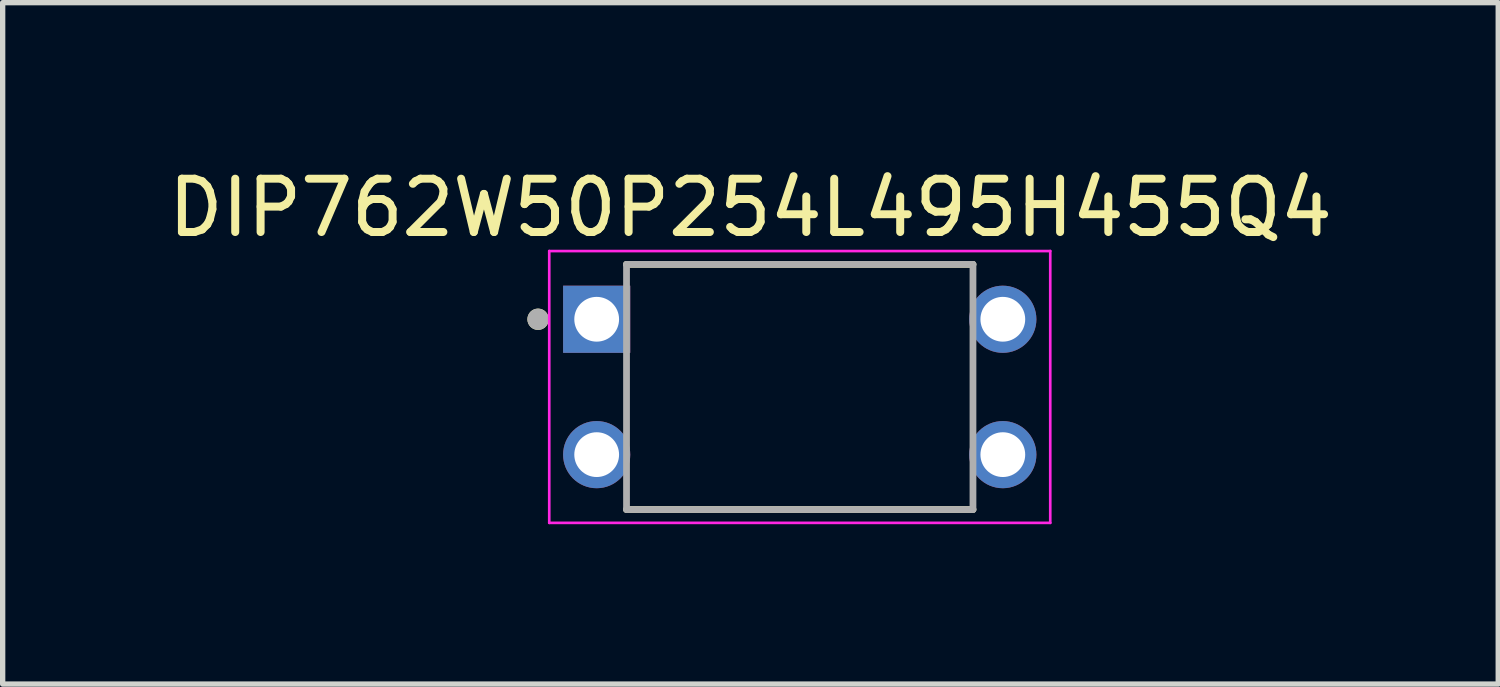
<source format=kicad_pcb>
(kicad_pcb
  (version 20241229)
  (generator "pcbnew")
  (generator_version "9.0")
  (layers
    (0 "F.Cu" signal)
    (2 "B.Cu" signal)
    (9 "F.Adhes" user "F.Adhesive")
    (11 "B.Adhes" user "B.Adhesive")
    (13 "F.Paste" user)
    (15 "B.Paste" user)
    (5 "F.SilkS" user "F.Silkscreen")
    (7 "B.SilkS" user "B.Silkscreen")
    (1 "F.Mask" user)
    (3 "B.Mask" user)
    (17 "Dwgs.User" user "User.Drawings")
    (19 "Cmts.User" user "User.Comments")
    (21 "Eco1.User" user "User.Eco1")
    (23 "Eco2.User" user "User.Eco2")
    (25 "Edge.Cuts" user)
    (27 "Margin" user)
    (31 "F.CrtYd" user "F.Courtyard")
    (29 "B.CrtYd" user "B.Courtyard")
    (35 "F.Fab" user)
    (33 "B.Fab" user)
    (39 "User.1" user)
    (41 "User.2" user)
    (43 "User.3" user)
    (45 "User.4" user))
  (footprint "DIP762W50P254L495H455Q4"
    (layer "F.Cu")
    (at 11.955 4.21)
    (property "Reference" "DIP762W50P254L495H455Q4" (at -0.925 -3.362 0) (layer "F.SilkS") (effects (font (size 1 1) (thickness 0.15))))
    (attr through_hole)
    (fp_line (start -3.25 -2.3) (end 3.25 -2.3) (stroke (width 0.127) (type solid)) (layer "F.SilkS"))
    (fp_line (start -3.25 2.3) (end 3.25 2.3) (stroke (width 0.127) (type solid)) (layer "F.SilkS"))
    (fp_circle (center -4.91 -1.27) (end -4.81 -1.27) (stroke (width 0.2) (type solid)) (fill no) (layer "F.SilkS"))
    (fp_line (start -4.7 -2.55) (end -4.7 2.55) (stroke (width 0.05) (type solid)) (layer "F.CrtYd"))
    (fp_line (start 4.7 -2.55) (end -4.7 -2.55) (stroke (width 0.05) (type solid)) (layer "F.CrtYd"))
    (fp_line (start 4.7 -2.55) (end 4.7 2.55) (stroke (width 0.05) (type solid)) (layer "F.CrtYd"))
    (fp_line (start 4.7 2.55) (end -4.7 2.55) (stroke (width 0.05) (type solid)) (layer "F.CrtYd"))
    (fp_line (start -3.25 -2.3) (end -3.25 2.3) (stroke (width 0.127) (type solid)) (layer "F.Fab"))
    (fp_line (start -3.25 -2.3) (end 3.25 -2.3) (stroke (width 0.127) (type solid)) (layer "F.Fab"))
    (fp_line (start -3.25 2.3) (end 3.25 2.3) (stroke (width 0.127) (type solid)) (layer "F.Fab"))
    (fp_line (start 3.25 -2.3) (end 3.25 2.3) (stroke (width 0.127) (type solid)) (layer "F.Fab"))
    (fp_circle (center -4.91 -1.27) (end -4.81 -1.27) (stroke (width 0.2) (type solid)) (fill no) (layer "F.Fab"))
    (pad "1" thru_hole rect (at -3.81 -1.27) (size 1.26 1.26) (drill 0.84) (layers "*.Cu" "*.Mask"))
    (pad "2" thru_hole circle (at -3.81 1.27) (size 1.26 1.26) (drill 0.84) (layers "*.Cu" "*.Mask"))
    (pad "3" thru_hole circle (at 3.81 1.27) (size 1.26 1.26) (drill 0.84) (layers "*.Cu" "*.Mask"))
    (pad "4" thru_hole circle (at 3.81 -1.27) (size 1.26 1.26) (drill 0.84) (layers "*.Cu" "*.Mask")))
  (gr_rect
    (start -3 -3)
    (end 25.06 9.785)
    (stroke (width 0.1) (type default))
    (fill no)
    (layer "Edge.Cuts")))
</source>
